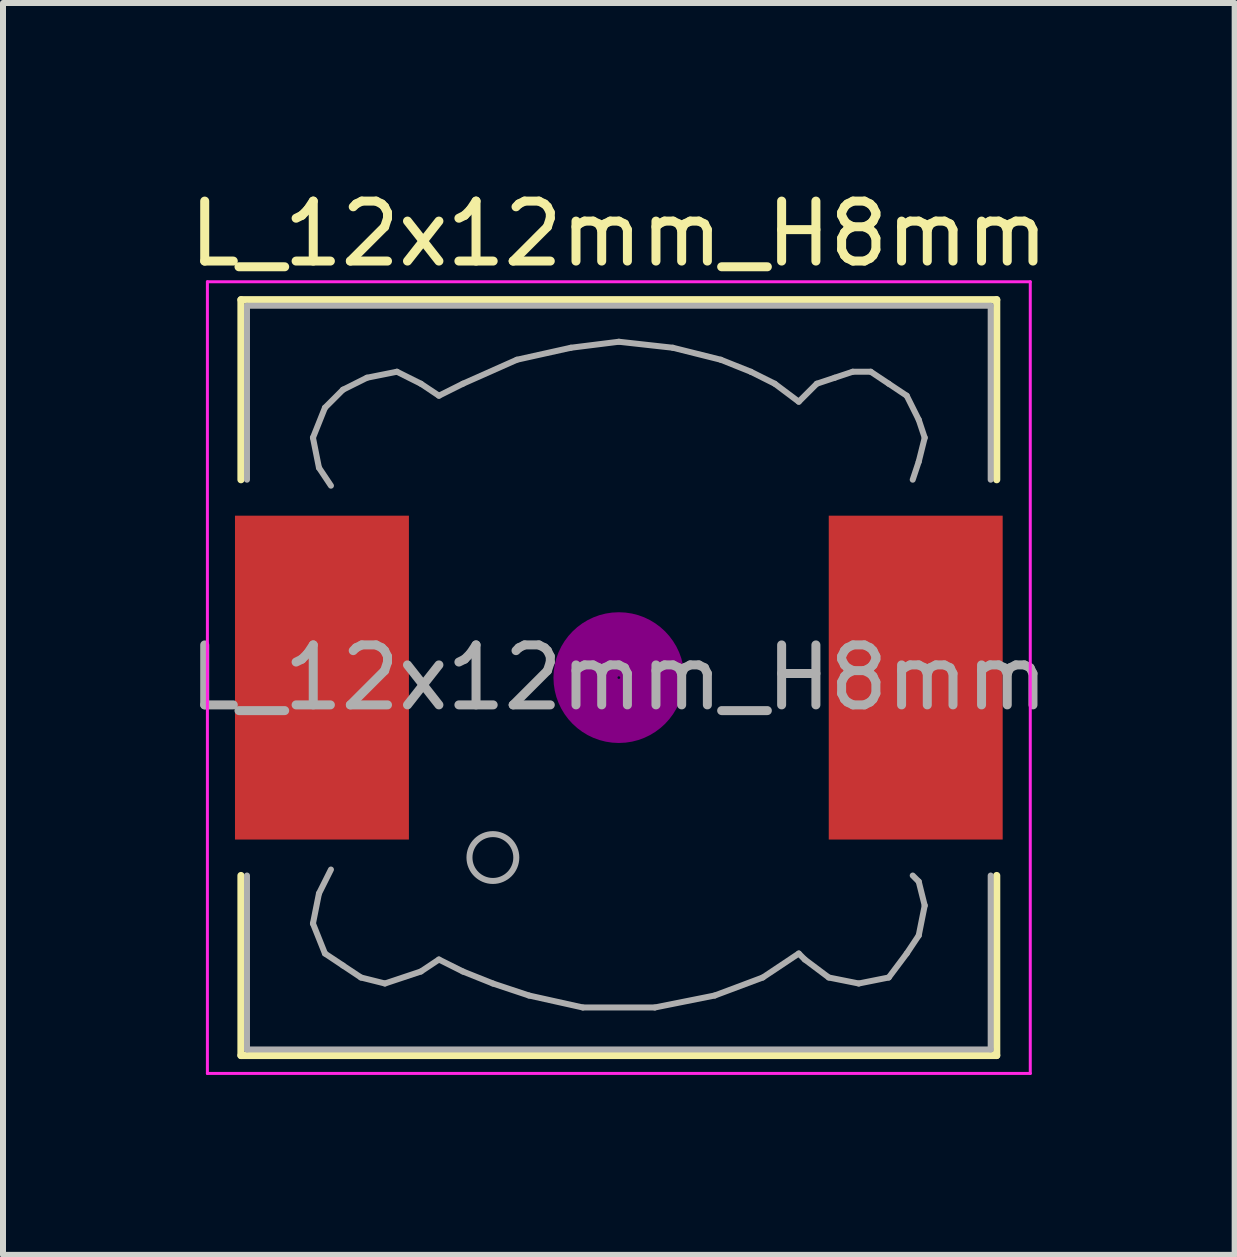
<source format=kicad_pcb>
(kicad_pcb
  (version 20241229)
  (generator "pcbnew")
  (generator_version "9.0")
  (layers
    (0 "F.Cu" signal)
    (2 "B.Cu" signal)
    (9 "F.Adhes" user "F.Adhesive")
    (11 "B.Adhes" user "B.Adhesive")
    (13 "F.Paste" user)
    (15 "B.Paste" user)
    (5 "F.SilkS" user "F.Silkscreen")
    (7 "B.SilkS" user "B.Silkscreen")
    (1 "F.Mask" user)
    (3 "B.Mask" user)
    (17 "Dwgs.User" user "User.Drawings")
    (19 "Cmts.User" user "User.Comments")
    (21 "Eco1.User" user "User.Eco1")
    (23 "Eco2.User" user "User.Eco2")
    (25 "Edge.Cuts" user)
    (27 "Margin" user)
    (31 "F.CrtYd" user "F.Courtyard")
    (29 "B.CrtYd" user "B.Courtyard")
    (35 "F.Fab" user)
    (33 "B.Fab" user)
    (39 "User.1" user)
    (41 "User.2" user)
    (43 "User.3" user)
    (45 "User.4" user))
  (footprint "L_12x12mm_H8mm"
    (layer "F.Cu")
    (at 7.268 8.248)
    (property "Reference" "L_12x12mm_H8mm" (at 0 -7.4 180) (layer "F.SilkS") (effects (font (size 1 1) (thickness 0.15))))
    (attr smd)
    (fp_line (start -6.3 -6.3) (end 6.3 -6.3) (stroke (width 0.12) (type solid)) (layer "F.SilkS"))
    (fp_line (start -6.3 -3.3) (end -6.3 -6.3) (stroke (width 0.12) (type solid)) (layer "F.SilkS"))
    (fp_line (start -6.3 6.3) (end -6.3 3.3) (stroke (width 0.12) (type solid)) (layer "F.SilkS"))
    (fp_line (start 6.3 -6.3) (end 6.3 -3.3) (stroke (width 0.12) (type solid)) (layer "F.SilkS"))
    (fp_line (start 6.3 3.3) (end 6.3 6.3) (stroke (width 0.12) (type solid)) (layer "F.SilkS"))
    (fp_line (start 6.3 6.3) (end -6.3 6.3) (stroke (width 0.12) (type solid)) (layer "F.SilkS"))
    (fp_circle (center 0 0) (end 0.15 0.15) (stroke (width 0.38) (type solid)) (fill no) (layer "F.Adhes"))
    (fp_circle (center 0 0) (end 0.55 0) (stroke (width 0.38) (type solid)) (fill no) (layer "F.Adhes"))
    (fp_circle (center 0 0) (end 0.9 0) (stroke (width 0.38) (type solid)) (fill no) (layer "F.Adhes"))
    (fp_line (start -6.86 -6.6) (end 6.86 -6.6) (stroke (width 0.05) (type solid)) (layer "F.CrtYd"))
    (fp_line (start -6.86 6.6) (end -6.86 -6.6) (stroke (width 0.05) (type solid)) (layer "F.CrtYd"))
    (fp_line (start 6.86 -6.6) (end 6.86 6.6) (stroke (width 0.05) (type solid)) (layer "F.CrtYd"))
    (fp_line (start 6.86 6.6) (end -6.86 6.6) (stroke (width 0.05) (type solid)) (layer "F.CrtYd"))
    (fp_line (start -6.2 -6.2) (end -6.2 -3.3) (stroke (width 0.1) (type solid)) (layer "F.Fab"))
    (fp_line (start -6.2 3.3) (end -6.2 6.2) (stroke (width 0.1) (type solid)) (layer "F.Fab"))
    (fp_line (start -6.2 6.2) (end 6.2 6.2) (stroke (width 0.1) (type solid)) (layer "F.Fab"))
    (fp_line (start -5.1 -4) (end -5 -3.5) (stroke (width 0.1) (type solid)) (layer "F.Fab"))
    (fp_line (start -5.1 4.1) (end -5 3.6) (stroke (width 0.1) (type solid)) (layer "F.Fab"))
    (fp_line (start -5 -3.5) (end -4.8 -3.2) (stroke (width 0.1) (type solid)) (layer "F.Fab"))
    (fp_line (start -5 3.6) (end -4.8 3.2) (stroke (width 0.1) (type solid)) (layer "F.Fab"))
    (fp_line (start -4.9 -4.5) (end -5.1 -4) (stroke (width 0.1) (type solid)) (layer "F.Fab"))
    (fp_line (start -4.9 4.6) (end -5.1 4.1) (stroke (width 0.1) (type solid)) (layer "F.Fab"))
    (fp_line (start -4.6 -4.8) (end -4.9 -4.5) (stroke (width 0.1) (type solid)) (layer "F.Fab"))
    (fp_line (start -4.6 4.8) (end -4.9 4.6) (stroke (width 0.1) (type solid)) (layer "F.Fab"))
    (fp_line (start -4.3 5) (end -4.6 4.8) (stroke (width 0.1) (type solid)) (layer "F.Fab"))
    (fp_line (start -4.2 -5) (end -4.6 -4.8) (stroke (width 0.1) (type solid)) (layer "F.Fab"))
    (fp_line (start -3.9 5.1) (end -4.3 5) (stroke (width 0.1) (type solid)) (layer "F.Fab"))
    (fp_line (start -3.7 -5.1) (end -4.2 -5) (stroke (width 0.1) (type solid)) (layer "F.Fab"))
    (fp_line (start -3.3 -4.9) (end -3.7 -5.1) (stroke (width 0.1) (type solid)) (layer "F.Fab"))
    (fp_line (start -3.3 4.9) (end -3.9 5.1) (stroke (width 0.1) (type solid)) (layer "F.Fab"))
    (fp_line (start -3 -4.7) (end -3.3 -4.9) (stroke (width 0.1) (type solid)) (layer "F.Fab"))
    (fp_line (start -3 4.7) (end -3.3 4.9) (stroke (width 0.1) (type solid)) (layer "F.Fab"))
    (fp_line (start -2.6 -4.9) (end -3 -4.7) (stroke (width 0.1) (type solid)) (layer "F.Fab"))
    (fp_line (start -2.6 4.9) (end -3 4.7) (stroke (width 0.1) (type solid)) (layer "F.Fab"))
    (fp_line (start -2.1 5.1) (end -2.6 4.9) (stroke (width 0.1) (type solid)) (layer "F.Fab"))
    (fp_line (start -1.7 -5.3) (end -2.6 -4.9) (stroke (width 0.1) (type solid)) (layer "F.Fab"))
    (fp_line (start -1.5 5.3) (end -2.1 5.1) (stroke (width 0.1) (type solid)) (layer "F.Fab"))
    (fp_line (start -0.8 -5.5) (end -1.7 -5.3) (stroke (width 0.1) (type solid)) (layer "F.Fab"))
    (fp_line (start -0.6 5.5) (end -1.5 5.3) (stroke (width 0.1) (type solid)) (layer "F.Fab"))
    (fp_line (start 0 -5.6) (end -0.8 -5.5) (stroke (width 0.1) (type solid)) (layer "F.Fab"))
    (fp_line (start 0.6 5.5) (end -0.6 5.5) (stroke (width 0.1) (type solid)) (layer "F.Fab"))
    (fp_line (start 0.9 -5.5) (end 0 -5.6) (stroke (width 0.1) (type solid)) (layer "F.Fab"))
    (fp_line (start 1.6 5.3) (end 0.6 5.5) (stroke (width 0.1) (type solid)) (layer "F.Fab"))
    (fp_line (start 1.7 -5.3) (end 0.9 -5.5) (stroke (width 0.1) (type solid)) (layer "F.Fab"))
    (fp_line (start 2.2 -5.1) (end 1.7 -5.3) (stroke (width 0.1) (type solid)) (layer "F.Fab"))
    (fp_line (start 2.4 5) (end 1.6 5.3) (stroke (width 0.1) (type solid)) (layer "F.Fab"))
    (fp_line (start 2.6 -4.9) (end 2.2 -5.1) (stroke (width 0.1) (type solid)) (layer "F.Fab"))
    (fp_line (start 3 -4.6) (end 2.6 -4.9) (stroke (width 0.1) (type solid)) (layer "F.Fab"))
    (fp_line (start 3 4.6) (end 2.4 5) (stroke (width 0.1) (type solid)) (layer "F.Fab"))
    (fp_line (start 3.1 4.7) (end 3 4.6) (stroke (width 0.1) (type solid)) (layer "F.Fab"))
    (fp_line (start 3.3 -4.9) (end 3 -4.6) (stroke (width 0.1) (type solid)) (layer "F.Fab"))
    (fp_line (start 3.5 5) (end 3.1 4.7) (stroke (width 0.1) (type solid)) (layer "F.Fab"))
    (fp_line (start 3.6 -5) (end 3.3 -4.9) (stroke (width 0.1) (type solid)) (layer "F.Fab"))
    (fp_line (start 3.9 -5.1) (end 3.6 -5) (stroke (width 0.1) (type solid)) (layer "F.Fab"))
    (fp_line (start 4 5.1) (end 3.5 5) (stroke (width 0.1) (type solid)) (layer "F.Fab"))
    (fp_line (start 4.2 -5.1) (end 3.9 -5.1) (stroke (width 0.1) (type solid)) (layer "F.Fab"))
    (fp_line (start 4.5 -4.9) (end 4.2 -5.1) (stroke (width 0.1) (type solid)) (layer "F.Fab"))
    (fp_line (start 4.5 5) (end 4 5.1) (stroke (width 0.1) (type solid)) (layer "F.Fab"))
    (fp_line (start 4.8 -4.7) (end 4.5 -4.9) (stroke (width 0.1) (type solid)) (layer "F.Fab"))
    (fp_line (start 4.8 4.6) (end 4.5 5) (stroke (width 0.1) (type solid)) (layer "F.Fab"))
    (fp_line (start 4.9 -3.3) (end 5 -3.6) (stroke (width 0.1) (type solid)) (layer "F.Fab"))
    (fp_line (start 4.9 3.3) (end 5 3.4) (stroke (width 0.1) (type solid)) (layer "F.Fab"))
    (fp_line (start 5 -4.3) (end 4.8 -4.7) (stroke (width 0.1) (type solid)) (layer "F.Fab"))
    (fp_line (start 5 -3.6) (end 5.1 -4) (stroke (width 0.1) (type solid)) (layer "F.Fab"))
    (fp_line (start 5 3.4) (end 5.1 3.8) (stroke (width 0.1) (type solid)) (layer "F.Fab"))
    (fp_line (start 5 4.3) (end 4.8 4.6) (stroke (width 0.1) (type solid)) (layer "F.Fab"))
    (fp_line (start 5.1 -4) (end 5 -4.3) (stroke (width 0.1) (type solid)) (layer "F.Fab"))
    (fp_line (start 5.1 3.8) (end 5 4.3) (stroke (width 0.1) (type solid)) (layer "F.Fab"))
    (fp_line (start 6.2 -6.2) (end -6.2 -6.2) (stroke (width 0.1) (type solid)) (layer "F.Fab"))
    (fp_line (start 6.2 -6.2) (end 6.2 -3.3) (stroke (width 0.1) (type solid)) (layer "F.Fab"))
    (fp_line (start 6.2 6.2) (end 6.2 3.3) (stroke (width 0.1) (type solid)) (layer "F.Fab"))
    (fp_circle (center -2.1 3) (end -1.8 3.25) (stroke (width 0.1) (type solid)) (fill no) (layer "F.Fab"))
    (fp_text user "${REFERENCE}" (at 0 0 180) (layer "F.Fab") (effects (font (size 1 1) (thickness 0.15))))
    (pad "1" smd rect (at -4.95 0) (size 2.9 5.4) (layers "F.Cu" "F.Mask" "F.Paste"))
    (pad "2" smd rect (at 4.95 0) (size 2.9 5.4) (layers "F.Cu" "F.Mask" "F.Paste")))
  (gr_rect
    (start -3 -3)
    (end 17.536 17.873)
    (stroke (width 0.1) (type default))
    (fill no)
    (layer "Edge.Cuts")))
</source>
